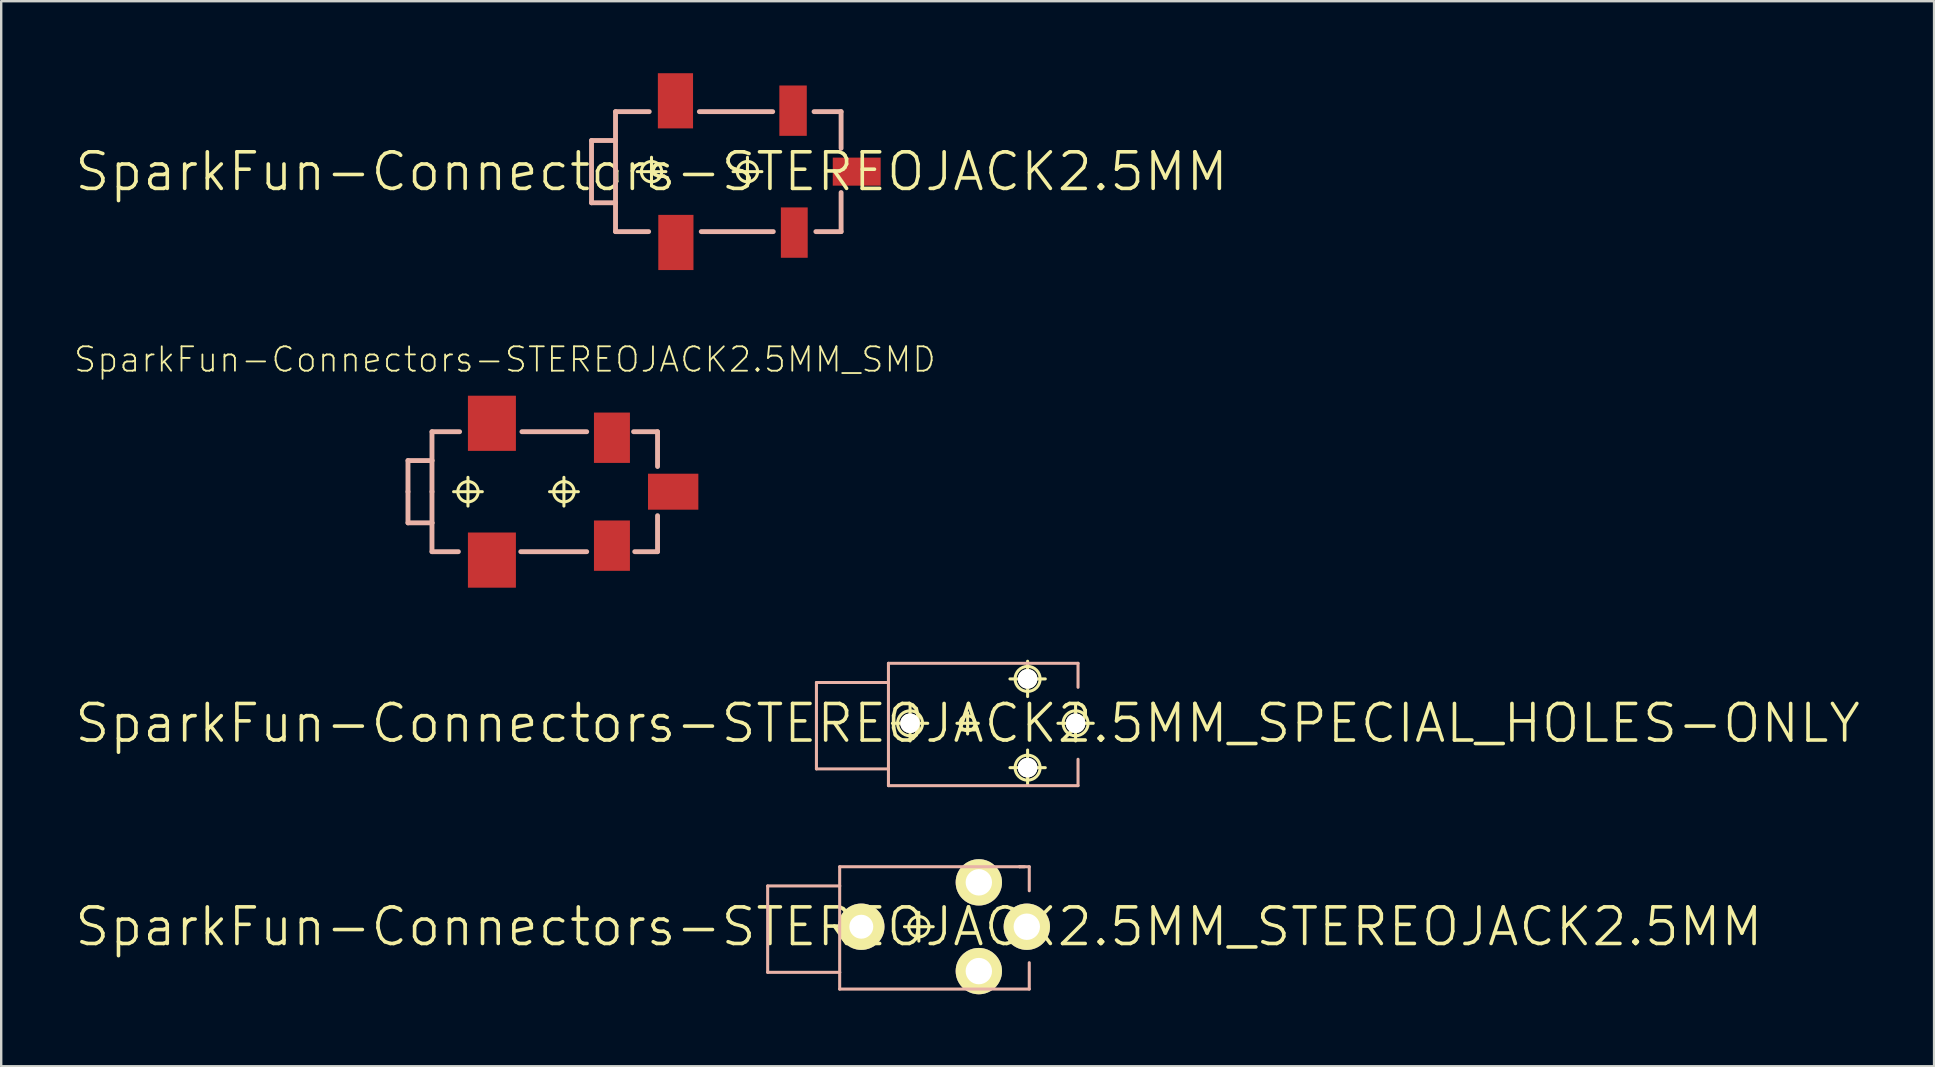
<source format=kicad_pcb>
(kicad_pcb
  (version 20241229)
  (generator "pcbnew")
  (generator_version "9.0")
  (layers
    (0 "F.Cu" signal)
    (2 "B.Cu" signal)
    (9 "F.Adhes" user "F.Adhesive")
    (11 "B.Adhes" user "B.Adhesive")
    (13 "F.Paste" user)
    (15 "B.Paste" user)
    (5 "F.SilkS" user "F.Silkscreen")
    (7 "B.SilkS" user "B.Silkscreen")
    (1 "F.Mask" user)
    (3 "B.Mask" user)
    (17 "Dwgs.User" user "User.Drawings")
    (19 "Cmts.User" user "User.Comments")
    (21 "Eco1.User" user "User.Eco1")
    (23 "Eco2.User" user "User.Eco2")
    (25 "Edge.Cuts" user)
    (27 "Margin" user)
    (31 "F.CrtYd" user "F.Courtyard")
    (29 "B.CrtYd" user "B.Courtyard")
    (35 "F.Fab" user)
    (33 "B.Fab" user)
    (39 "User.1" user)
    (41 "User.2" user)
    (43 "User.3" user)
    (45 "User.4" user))
  (footprint "SparkFun-Connectors-STEREOJACK2.5MM_SPECIAL_HOLES-ONLY"
    (layer "F.Cu")
    (at 37.265 27.085)
    (property "Reference" "SparkFun-Connectors-STEREOJACK2.5MM_SPECIAL_HOLES-ONLY" (at 0 0 0) (layer "F.SilkS") (effects (font (size 1.524 1.524) (thickness 0.15))))
    (attr exclude_from_pos_files exclude_from_bom)
    (fp_line (start -3.134 0) (end -1.661 0) (stroke (width 0.127) (type solid)) (layer "F.SilkS"))
    (fp_line (start -2.398 0.737) (end -2.398 -0.737) (stroke (width 0.127) (type solid)) (layer "F.SilkS"))
    (fp_line (start -0.445 0) (end 0.445 0) (stroke (width 0.127) (type solid)) (layer "F.SilkS"))
    (fp_line (start 0 0.445) (end 0 -0.445) (stroke (width 0.127) (type solid)) (layer "F.SilkS"))
    (fp_line (start 1.763 -1.849) (end 3.236 -1.849) (stroke (width 0.127) (type solid)) (layer "F.SilkS"))
    (fp_line (start 1.763 1.849) (end 3.236 1.849) (stroke (width 0.127) (type solid)) (layer "F.SilkS"))
    (fp_line (start 2.499 -1.113) (end 2.499 -2.586) (stroke (width 0.127) (type solid)) (layer "F.SilkS"))
    (fp_line (start 2.499 2.586) (end 2.499 1.113) (stroke (width 0.127) (type solid)) (layer "F.SilkS"))
    (fp_line (start 3.762 0) (end 5.235 0) (stroke (width 0.127) (type solid)) (layer "F.SilkS"))
    (fp_line (start 4.498 0.737) (end 4.498 -0.737) (stroke (width 0.127) (type solid)) (layer "F.SilkS"))
    (fp_circle (center -2.398 0) (end -2.766 0.368) (stroke (width 0.127) (type solid)) (fill no) (layer "F.SilkS"))
    (fp_circle (center 0 0) (end -0.221 0.221) (stroke (width 0.127) (type solid)) (fill no) (layer "F.SilkS"))
    (fp_circle (center 2.499 -1.849) (end 2.868 -2.217) (stroke (width 0.127) (type solid)) (fill no) (layer "F.SilkS"))
    (fp_circle (center 2.499 1.849) (end 2.868 2.217) (stroke (width 0.127) (type solid)) (fill no) (layer "F.SilkS"))
    (fp_circle (center 4.498 0) (end 4.867 0.368) (stroke (width 0.127) (type solid)) (fill no) (layer "F.SilkS"))
    (fp_line (start -6.299 -1.699) (end -6.299 1.9) (stroke (width 0.127) (type solid)) (layer "B.SilkS"))
    (fp_line (start -6.299 1.9) (end -3.299 1.9) (stroke (width 0.127) (type solid)) (layer "B.SilkS"))
    (fp_line (start -3.299 -2.499) (end -3.299 -1.699) (stroke (width 0.127) (type solid)) (layer "B.SilkS"))
    (fp_line (start -3.299 -1.699) (end -6.299 -1.699) (stroke (width 0.127) (type solid)) (layer "B.SilkS"))
    (fp_line (start -3.299 -1.699) (end -3.299 1.9) (stroke (width 0.127) (type solid)) (layer "B.SilkS"))
    (fp_line (start -3.299 1.9) (end -3.299 2.598) (stroke (width 0.127) (type solid)) (layer "B.SilkS"))
    (fp_line (start -3.299 2.598) (end 4.6 2.598) (stroke (width 0.127) (type solid)) (layer "B.SilkS"))
    (fp_line (start 4.6 -2.499) (end -3.299 -2.499) (stroke (width 0.127) (type solid)) (layer "B.SilkS"))
    (fp_line (start 4.6 -1.499) (end 4.6 -2.499) (stroke (width 0.127) (type solid)) (layer "B.SilkS"))
    (fp_line (start 4.6 2.598) (end 4.6 1.499) (stroke (width 0.127) (type solid)) (layer "B.SilkS"))
    (pad "RING" thru_hole circle (at 2.499 -1.849) (size 0.813 0.813) (drill 0.889) (layers "*.Cu" "F.Mask" "F.SilkS" "F.Paste"))
    (pad "RING" thru_hole circle (at 2.499 1.849) (size 0.813 0.813) (drill 0.889) (layers "*.Cu" "F.Mask" "F.SilkS" "F.Paste"))
    (pad "SHIE" thru_hole circle (at -2.398 0) (size 0.813 0.813) (drill 0.889) (layers "*.Cu" "F.Mask" "F.SilkS" "F.Paste"))
    (pad "TIP" thru_hole circle (at 4.498 0) (size 0.813 0.813) (drill 0.889) (layers "*.Cu" "F.Mask" "F.SilkS" "F.Paste")))
  (footprint "SparkFun-Connectors-STEREOJACK2.5MM"
    (layer "F.Cu")
    (at 24.094 4.101)
    (property "Reference" "SparkFun-Connectors-STEREOJACK2.5MM" (at 0 0 0) (layer "F.SilkS") (effects (font (size 1.524 1.524) (thickness 0.15))))
    (attr smd)
    (fp_line (start -0.599 0) (end 0.599 0) (stroke (width 0.127) (type solid)) (layer "F.SilkS"))
    (fp_line (start 0 0.599) (end 0 -0.599) (stroke (width 0.127) (type solid)) (layer "F.SilkS"))
    (fp_line (start 3.399 0) (end 4.6 0) (stroke (width 0.127) (type solid)) (layer "F.SilkS"))
    (fp_line (start 3.998 0.599) (end 3.998 -0.599) (stroke (width 0.127) (type solid)) (layer "F.SilkS"))
    (fp_circle (center 0 0) (end -0.3 0.3) (stroke (width 0.127) (type solid)) (fill no) (layer "F.SilkS"))
    (fp_circle (center 3.998 0) (end 4.298 0.3) (stroke (width 0.127) (type solid)) (fill no) (layer "F.SilkS"))
    (fp_line (start -2.499 -1.298) (end -2.499 1.298) (stroke (width 0.203) (type solid)) (layer "B.SilkS"))
    (fp_line (start -2.499 -1.298) (end -1.499 -1.298) (stroke (width 0.203) (type solid)) (layer "B.SilkS"))
    (fp_line (start -2.499 1.298) (end -1.499 1.298) (stroke (width 0.203) (type solid)) (layer "B.SilkS"))
    (fp_line (start -1.499 -2.499) (end -0.094 -2.499) (stroke (width 0.203) (type solid)) (layer "B.SilkS"))
    (fp_line (start -1.499 -1.298) (end -1.499 -2.499) (stroke (width 0.203) (type solid)) (layer "B.SilkS"))
    (fp_line (start -1.499 -1.298) (end -1.499 1.298) (stroke (width 0.203) (type solid)) (layer "B.SilkS"))
    (fp_line (start -1.499 1.298) (end -1.499 2.499) (stroke (width 0.203) (type solid)) (layer "B.SilkS"))
    (fp_line (start -1.499 2.499) (end -0.119 2.499) (stroke (width 0.203) (type solid)) (layer "B.SilkS"))
    (fp_line (start 1.994 -2.499) (end 5.05 -2.499) (stroke (width 0.203) (type solid)) (layer "B.SilkS"))
    (fp_line (start 2.073 2.499) (end 5.075 2.499) (stroke (width 0.203) (type solid)) (layer "B.SilkS"))
    (fp_line (start 6.772 -2.499) (end 7.899 -2.499) (stroke (width 0.203) (type solid)) (layer "B.SilkS"))
    (fp_line (start 6.848 2.499) (end 7.899 2.499) (stroke (width 0.203) (type solid)) (layer "B.SilkS"))
    (fp_line (start 7.899 -2.499) (end 7.899 -0.973) (stroke (width 0.203) (type solid)) (layer "B.SilkS"))
    (fp_line (start 7.899 2.499) (end 7.899 0.871) (stroke (width 0.203) (type solid)) (layer "B.SilkS"))
    (pad "1" smd rect (at 5.898 -2.54 90) (size 2.098 1.143) (layers "F.Cu" "F.Mask" "F.Paste"))
    (pad "3" smd rect (at 8.55 0 180) (size 1.996 1.168) (layers "F.Cu" "F.Mask" "F.Paste"))
    (pad "4" smd rect (at 5.949 2.54 90) (size 2.098 1.118) (layers "F.Cu" "F.Mask" "F.Paste"))
    (pad "5" smd rect (at 0.998 -2.951) (size 1.466 2.299) (layers "F.Cu" "F.Mask" "F.Paste"))
    (pad "A" smd rect (at 1.016 2.951) (size 1.466 2.299) (layers "F.Cu" "F.Mask" "F.Paste")))
  (footprint "SparkFun-Connectors-STEREOJACK2.5MM_STEREOJACK2.5MM"
    (layer "F.Cu")
    (at 35.233 35.561)
    (property "Reference" "SparkFun-Connectors-STEREOJACK2.5MM_STEREOJACK2.5MM" (at 0 0 0) (layer "F.SilkS") (effects (font (size 1.524 1.524) (thickness 0.15))))
    (attr exclude_from_pos_files exclude_from_bom)
    (fp_line (start -0.599 0) (end 0.599 0) (stroke (width 0.127) (type solid)) (layer "F.SilkS"))
    (fp_line (start 0 0.599) (end 0 -0.599) (stroke (width 0.127) (type solid)) (layer "F.SilkS"))
    (fp_circle (center 0 0) (end -0.3 0.3) (stroke (width 0.127) (type solid)) (fill no) (layer "F.SilkS"))
    (fp_line (start -6.299 -1.699) (end -6.299 1.9) (stroke (width 0.127) (type solid)) (layer "B.SilkS"))
    (fp_line (start -6.299 1.9) (end -3.299 1.9) (stroke (width 0.127) (type solid)) (layer "B.SilkS"))
    (fp_line (start -3.299 -2.499) (end -3.299 -1.699) (stroke (width 0.127) (type solid)) (layer "B.SilkS"))
    (fp_line (start -3.299 -1.699) (end -6.299 -1.699) (stroke (width 0.127) (type solid)) (layer "B.SilkS"))
    (fp_line (start -3.299 -1.699) (end -3.299 1.9) (stroke (width 0.127) (type solid)) (layer "B.SilkS"))
    (fp_line (start -3.299 1.9) (end -3.299 2.598) (stroke (width 0.127) (type solid)) (layer "B.SilkS"))
    (fp_line (start -3.299 2.598) (end 4.6 2.598) (stroke (width 0.127) (type solid)) (layer "B.SilkS"))
    (fp_line (start 4.199 -2.499) (end -3.299 -2.499) (stroke (width 0.127) (type solid)) (layer "B.SilkS"))
    (fp_line (start 4.399 -2.499) (end 4.199 -2.499) (stroke (width 0.127) (type solid)) (layer "B.SilkS"))
    (fp_line (start 4.6 -2.499) (end 4.199 -2.499) (stroke (width 0.127) (type solid)) (layer "B.SilkS"))
    (fp_line (start 4.6 -1.499) (end 4.6 -2.499) (stroke (width 0.127) (type solid)) (layer "B.SilkS"))
    (fp_line (start 4.6 2.598) (end 4.6 1.499) (stroke (width 0.127) (type solid)) (layer "B.SilkS"))
    (pad "RING" thru_hole circle (at 2.499 -1.849) (size 1.93 1.93) (drill 1.1) (layers "*.Cu" "F.Mask" "F.SilkS" "F.Paste"))
    (pad "RING" thru_hole circle (at 2.499 1.849) (size 1.93 1.93) (drill 1.1) (layers "*.Cu" "F.Mask" "F.SilkS" "F.Paste"))
    (pad "SHIE" thru_hole circle (at -2.398 0) (size 1.93 1.93) (drill 0.998) (layers "*.Cu" "F.Mask" "F.SilkS" "F.Paste"))
    (pad "TIP" thru_hole circle (at 4.498 0) (size 1.93 1.93) (drill 1.1) (layers "*.Cu" "F.Mask" "F.SilkS" "F.Paste")))
  (footprint "SparkFun-Connectors-STEREOJACK2.5MM_SMD"
    (layer "F.Cu")
    (at 16.447 17.436)
    (property "Reference" "SparkFun-Connectors-STEREOJACK2.5MM_SMD" (at 1.539 -5.507 0) (layer "F.SilkS") (effects (font (size 1.016 1.016) (thickness 0.076))))
    (attr smd)
    (fp_line (start -0.599 0) (end 0.599 0) (stroke (width 0.127) (type solid)) (layer "F.SilkS"))
    (fp_line (start 0 0.599) (end 0 -0.599) (stroke (width 0.127) (type solid)) (layer "F.SilkS"))
    (fp_line (start 3.399 0) (end 4.6 0) (stroke (width 0.127) (type solid)) (layer "F.SilkS"))
    (fp_line (start 3.998 0.599) (end 3.998 -0.599) (stroke (width 0.127) (type solid)) (layer "F.SilkS"))
    (fp_circle (center 0 0) (end -0.3 0.3) (stroke (width 0.127) (type solid)) (fill no) (layer "F.SilkS"))
    (fp_circle (center 3.998 0) (end 4.298 0.3) (stroke (width 0.127) (type solid)) (fill no) (layer "F.SilkS"))
    (fp_line (start -2.499 -1.298) (end -1.499 -1.298) (stroke (width 0.203) (type solid)) (layer "B.SilkS"))
    (fp_line (start -2.499 0) (end -2.499 -1.298) (stroke (width 0.203) (type solid)) (layer "B.SilkS"))
    (fp_line (start -2.499 0) (end -2.499 1.298) (stroke (width 0.203) (type solid)) (layer "B.SilkS"))
    (fp_line (start -2.499 1.298) (end -1.499 1.298) (stroke (width 0.203) (type solid)) (layer "B.SilkS"))
    (fp_line (start -1.499 -2.499) (end -0.348 -2.499) (stroke (width 0.203) (type solid)) (layer "B.SilkS"))
    (fp_line (start -1.499 -1.298) (end -1.499 -2.499) (stroke (width 0.203) (type solid)) (layer "B.SilkS"))
    (fp_line (start -1.499 0) (end -1.499 -1.298) (stroke (width 0.203) (type solid)) (layer "B.SilkS"))
    (fp_line (start -1.499 0) (end -1.499 1.298) (stroke (width 0.203) (type solid)) (layer "B.SilkS"))
    (fp_line (start -1.499 1.298) (end -1.499 2.499) (stroke (width 0.203) (type solid)) (layer "B.SilkS"))
    (fp_line (start -1.499 2.499) (end -0.399 2.499) (stroke (width 0.203) (type solid)) (layer "B.SilkS"))
    (fp_line (start 2.2 2.499) (end 4.948 2.499) (stroke (width 0.203) (type solid)) (layer "B.SilkS"))
    (fp_line (start 2.248 -2.499) (end 4.948 -2.499) (stroke (width 0.203) (type solid)) (layer "B.SilkS"))
    (fp_line (start 6.899 -2.499) (end 7.899 -2.499) (stroke (width 0.203) (type solid)) (layer "B.SilkS"))
    (fp_line (start 6.949 2.499) (end 7.899 2.499) (stroke (width 0.203) (type solid)) (layer "B.SilkS"))
    (fp_line (start 7.899 -2.499) (end 7.899 -1.049) (stroke (width 0.203) (type solid)) (layer "B.SilkS"))
    (fp_line (start 7.899 2.499) (end 7.899 0.998) (stroke (width 0.203) (type solid)) (layer "B.SilkS"))
    (pad "1" smd rect (at 5.999 -2.248 90) (size 2.098 1.499) (layers "F.Cu" "F.Mask" "F.Paste"))
    (pad "3" smd rect (at 8.55 0 180) (size 2.098 1.499) (layers "F.Cu" "F.Mask" "F.Paste"))
    (pad "4" smd rect (at 5.999 2.248 90) (size 2.098 1.499) (layers "F.Cu" "F.Mask" "F.Paste"))
    (pad "5" smd rect (at 0.998 -2.85) (size 1.999 2.299) (layers "F.Cu" "F.Mask" "F.Paste"))
    (pad "A" smd rect (at 0.998 2.85) (size 1.999 2.299) (layers "F.Cu" "F.Mask" "F.Paste")))
  (gr_rect
    (start -3 -3)
    (end 77.531 41.375)
    (stroke (width 0.1) (type default))
    (fill no)
    (layer "Edge.Cuts")))
</source>
